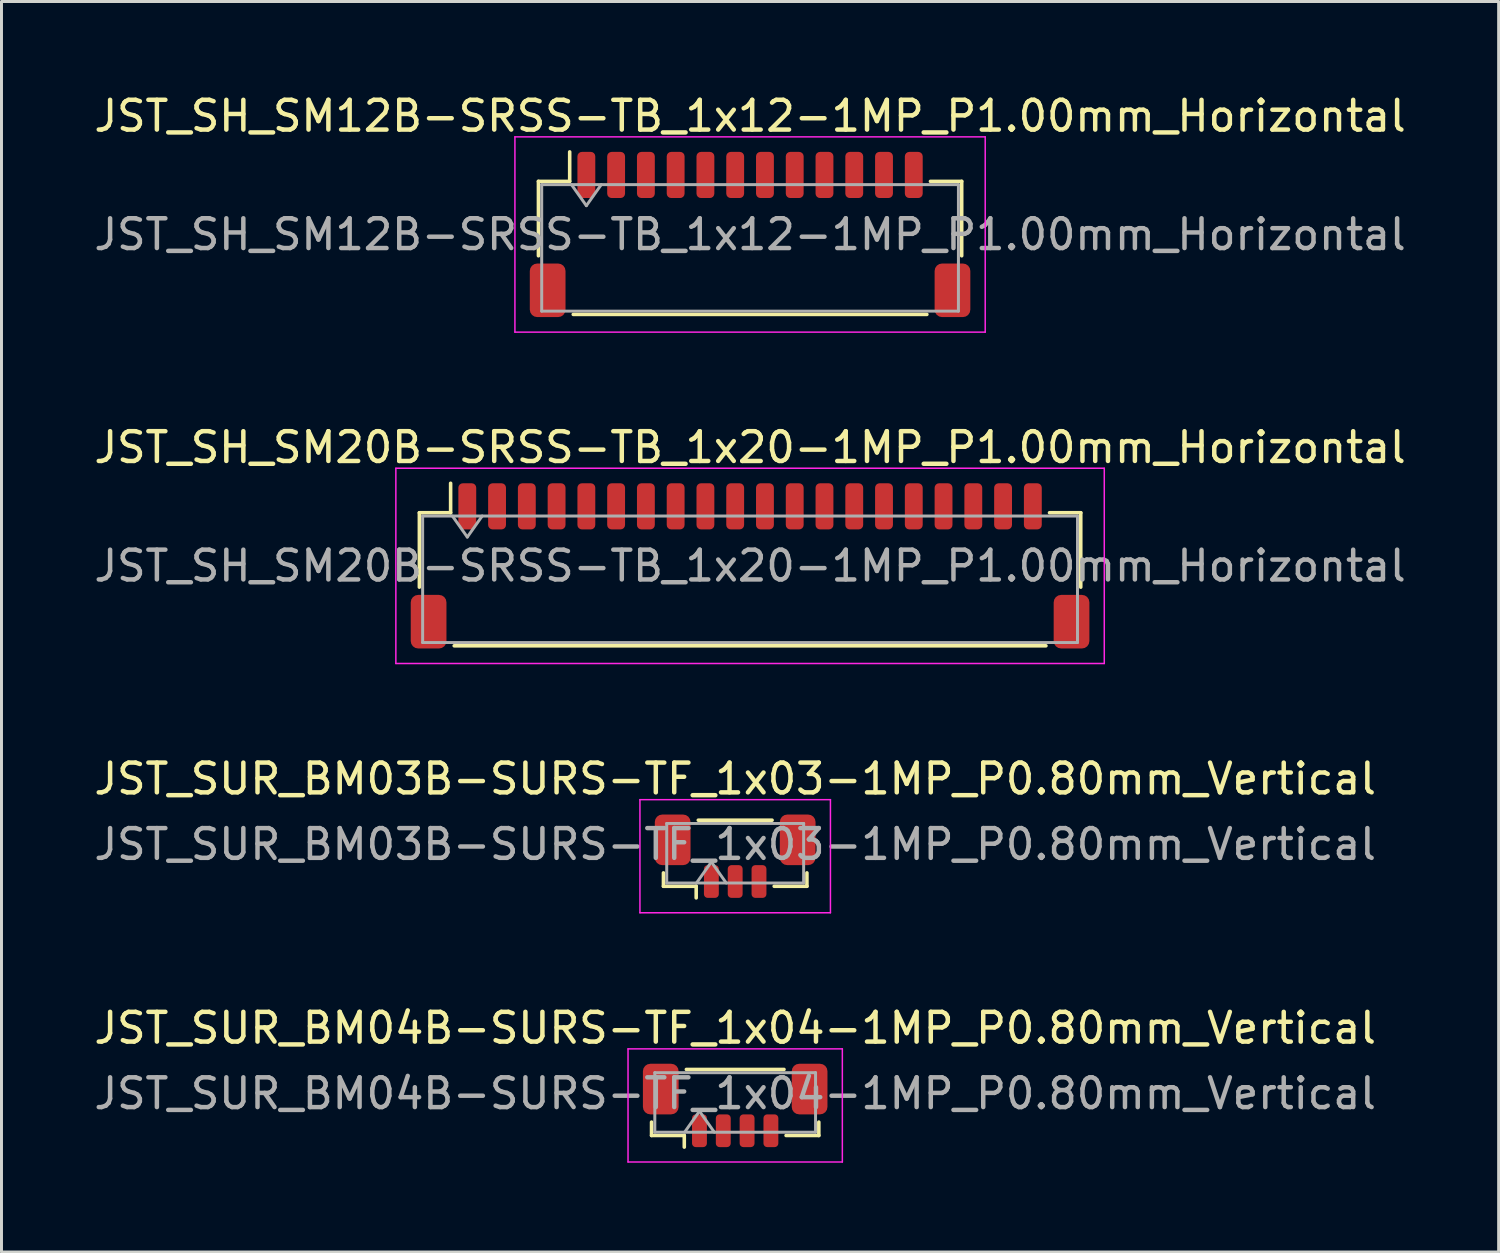
<source format=kicad_pcb>
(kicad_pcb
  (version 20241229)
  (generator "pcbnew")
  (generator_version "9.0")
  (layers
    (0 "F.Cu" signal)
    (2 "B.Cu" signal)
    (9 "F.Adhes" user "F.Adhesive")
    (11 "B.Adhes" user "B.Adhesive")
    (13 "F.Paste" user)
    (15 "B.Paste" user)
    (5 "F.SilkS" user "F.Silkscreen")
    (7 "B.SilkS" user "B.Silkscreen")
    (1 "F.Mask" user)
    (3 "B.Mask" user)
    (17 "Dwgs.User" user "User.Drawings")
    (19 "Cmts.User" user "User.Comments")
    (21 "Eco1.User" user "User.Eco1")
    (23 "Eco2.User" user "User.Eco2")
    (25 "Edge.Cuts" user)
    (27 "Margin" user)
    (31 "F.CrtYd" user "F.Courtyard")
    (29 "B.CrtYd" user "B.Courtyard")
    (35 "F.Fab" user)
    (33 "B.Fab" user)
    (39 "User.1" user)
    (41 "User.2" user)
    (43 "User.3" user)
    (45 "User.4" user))
  (footprint "JST_SH_SM20B-SRSS-TB_1x20-1MP_P1.00mm_Horizontal"
    (layer "F.Cu")
    (at 22.149 15.961)
    (property "Reference" "JST_SH_SM20B-SRSS-TB_1x20-1MP_P1.00mm_Horizontal" (at 0 -3.98 0) (layer "F.SilkS") (effects (font (size 1 1) (thickness 0.15))))
    (attr smd)
    (fp_line (start -11.11 -1.785) (end -10.06 -1.785) (stroke (width 0.12) (type solid)) (layer "F.SilkS"))
    (fp_line (start -11.11 0.715) (end -11.11 -1.785) (stroke (width 0.12) (type solid)) (layer "F.SilkS"))
    (fp_line (start -10.06 -1.785) (end -10.06 -2.775) (stroke (width 0.12) (type solid)) (layer "F.SilkS"))
    (fp_line (start -9.94 2.685) (end 9.94 2.685) (stroke (width 0.12) (type solid)) (layer "F.SilkS"))
    (fp_line (start 11.11 -1.785) (end 10.06 -1.785) (stroke (width 0.12) (type solid)) (layer "F.SilkS"))
    (fp_line (start 11.11 0.715) (end 11.11 -1.785) (stroke (width 0.12) (type solid)) (layer "F.SilkS"))
    (fp_line (start -11.9 -3.28) (end -11.9 3.28) (stroke (width 0.05) (type solid)) (layer "F.CrtYd"))
    (fp_line (start -11.9 3.28) (end 11.9 3.28) (stroke (width 0.05) (type solid)) (layer "F.CrtYd"))
    (fp_line (start 11.9 -3.28) (end -11.9 -3.28) (stroke (width 0.05) (type solid)) (layer "F.CrtYd"))
    (fp_line (start 11.9 3.28) (end 11.9 -3.28) (stroke (width 0.05) (type solid)) (layer "F.CrtYd"))
    (fp_line (start -11 -1.675) (end -11 2.575) (stroke (width 0.1) (type solid)) (layer "F.Fab"))
    (fp_line (start -11 -1.675) (end 11 -1.675) (stroke (width 0.1) (type solid)) (layer "F.Fab"))
    (fp_line (start -11 2.575) (end 11 2.575) (stroke (width 0.1) (type solid)) (layer "F.Fab"))
    (fp_line (start -10 -1.675) (end -9.5 -0.968) (stroke (width 0.1) (type solid)) (layer "F.Fab"))
    (fp_line (start -9.5 -0.968) (end -9 -1.675) (stroke (width 0.1) (type solid)) (layer "F.Fab"))
    (fp_line (start 11 -1.675) (end 11 2.575) (stroke (width 0.1) (type solid)) (layer "F.Fab"))
    (fp_text user "${REFERENCE}" (at 0 0 0) (layer "F.Fab") (effects (font (size 1 1) (thickness 0.15))))
    (pad "1" smd roundrect (at -9.5 -2) (size 0.6 1.55) (layers "F.Cu" "F.Mask" "F.Paste") (roundrect_rratio 0.25))
    (pad "2" smd roundrect (at -8.5 -2) (size 0.6 1.55) (layers "F.Cu" "F.Mask" "F.Paste") (roundrect_rratio 0.25))
    (pad "3" smd roundrect (at -7.5 -2) (size 0.6 1.55) (layers "F.Cu" "F.Mask" "F.Paste") (roundrect_rratio 0.25))
    (pad "4" smd roundrect (at -6.5 -2) (size 0.6 1.55) (layers "F.Cu" "F.Mask" "F.Paste") (roundrect_rratio 0.25))
    (pad "5" smd roundrect (at -5.5 -2) (size 0.6 1.55) (layers "F.Cu" "F.Mask" "F.Paste") (roundrect_rratio 0.25))
    (pad "6" smd roundrect (at -4.5 -2) (size 0.6 1.55) (layers "F.Cu" "F.Mask" "F.Paste") (roundrect_rratio 0.25))
    (pad "7" smd roundrect (at -3.5 -2) (size 0.6 1.55) (layers "F.Cu" "F.Mask" "F.Paste") (roundrect_rratio 0.25))
    (pad "8" smd roundrect (at -2.5 -2) (size 0.6 1.55) (layers "F.Cu" "F.Mask" "F.Paste") (roundrect_rratio 0.25))
    (pad "9" smd roundrect (at -1.5 -2) (size 0.6 1.55) (layers "F.Cu" "F.Mask" "F.Paste") (roundrect_rratio 0.25))
    (pad "10" smd roundrect (at -0.5 -2) (size 0.6 1.55) (layers "F.Cu" "F.Mask" "F.Paste") (roundrect_rratio 0.25))
    (pad "11" smd roundrect (at 0.5 -2) (size 0.6 1.55) (layers "F.Cu" "F.Mask" "F.Paste") (roundrect_rratio 0.25))
    (pad "12" smd roundrect (at 1.5 -2) (size 0.6 1.55) (layers "F.Cu" "F.Mask" "F.Paste") (roundrect_rratio 0.25))
    (pad "13" smd roundrect (at 2.5 -2) (size 0.6 1.55) (layers "F.Cu" "F.Mask" "F.Paste") (roundrect_rratio 0.25))
    (pad "14" smd roundrect (at 3.5 -2) (size 0.6 1.55) (layers "F.Cu" "F.Mask" "F.Paste") (roundrect_rratio 0.25))
    (pad "15" smd roundrect (at 4.5 -2) (size 0.6 1.55) (layers "F.Cu" "F.Mask" "F.Paste") (roundrect_rratio 0.25))
    (pad "16" smd roundrect (at 5.5 -2) (size 0.6 1.55) (layers "F.Cu" "F.Mask" "F.Paste") (roundrect_rratio 0.25))
    (pad "17" smd roundrect (at 6.5 -2) (size 0.6 1.55) (layers "F.Cu" "F.Mask" "F.Paste") (roundrect_rratio 0.25))
    (pad "18" smd roundrect (at 7.5 -2) (size 0.6 1.55) (layers "F.Cu" "F.Mask" "F.Paste") (roundrect_rratio 0.25))
    (pad "19" smd roundrect (at 8.5 -2) (size 0.6 1.55) (layers "F.Cu" "F.Mask" "F.Paste") (roundrect_rratio 0.25))
    (pad "20" smd roundrect (at 9.5 -2) (size 0.6 1.55) (layers "F.Cu" "F.Mask" "F.Paste") (roundrect_rratio 0.25))
    (pad "MP" smd roundrect (at -10.8 1.875) (size 1.2 1.8) (layers "F.Cu" "F.Mask" "F.Paste") (roundrect_rratio 0.208))
    (pad "MP" smd roundrect (at 10.8 1.875) (size 1.2 1.8) (layers "F.Cu" "F.Mask" "F.Paste") (roundrect_rratio 0.208)))
  (footprint "JST_SH_SM12B-SRSS-TB_1x12-1MP_P1.00mm_Horizontal"
    (layer "F.Cu")
    (at 22.149 4.828)
    (property "Reference" "JST_SH_SM12B-SRSS-TB_1x12-1MP_P1.00mm_Horizontal" (at 0 -3.98 0) (layer "F.SilkS") (effects (font (size 1 1) (thickness 0.15))))
    (attr smd)
    (fp_line (start -7.11 -1.785) (end -6.06 -1.785) (stroke (width 0.12) (type solid)) (layer "F.SilkS"))
    (fp_line (start -7.11 0.715) (end -7.11 -1.785) (stroke (width 0.12) (type solid)) (layer "F.SilkS"))
    (fp_line (start -6.06 -1.785) (end -6.06 -2.775) (stroke (width 0.12) (type solid)) (layer "F.SilkS"))
    (fp_line (start -5.94 2.685) (end 5.94 2.685) (stroke (width 0.12) (type solid)) (layer "F.SilkS"))
    (fp_line (start 7.11 -1.785) (end 6.06 -1.785) (stroke (width 0.12) (type solid)) (layer "F.SilkS"))
    (fp_line (start 7.11 0.715) (end 7.11 -1.785) (stroke (width 0.12) (type solid)) (layer "F.SilkS"))
    (fp_line (start -7.9 -3.28) (end -7.9 3.28) (stroke (width 0.05) (type solid)) (layer "F.CrtYd"))
    (fp_line (start -7.9 3.28) (end 7.9 3.28) (stroke (width 0.05) (type solid)) (layer "F.CrtYd"))
    (fp_line (start 7.9 -3.28) (end -7.9 -3.28) (stroke (width 0.05) (type solid)) (layer "F.CrtYd"))
    (fp_line (start 7.9 3.28) (end 7.9 -3.28) (stroke (width 0.05) (type solid)) (layer "F.CrtYd"))
    (fp_line (start -7 -1.675) (end -7 2.575) (stroke (width 0.1) (type solid)) (layer "F.Fab"))
    (fp_line (start -7 -1.675) (end 7 -1.675) (stroke (width 0.1) (type solid)) (layer "F.Fab"))
    (fp_line (start -7 2.575) (end 7 2.575) (stroke (width 0.1) (type solid)) (layer "F.Fab"))
    (fp_line (start -6 -1.675) (end -5.5 -0.968) (stroke (width 0.1) (type solid)) (layer "F.Fab"))
    (fp_line (start -5.5 -0.968) (end -5 -1.675) (stroke (width 0.1) (type solid)) (layer "F.Fab"))
    (fp_line (start 7 -1.675) (end 7 2.575) (stroke (width 0.1) (type solid)) (layer "F.Fab"))
    (fp_text user "${REFERENCE}" (at 0 0 0) (layer "F.Fab") (effects (font (size 1 1) (thickness 0.15))))
    (pad "1" smd roundrect (at -5.5 -2) (size 0.6 1.55) (layers "F.Cu" "F.Mask" "F.Paste") (roundrect_rratio 0.25))
    (pad "2" smd roundrect (at -4.5 -2) (size 0.6 1.55) (layers "F.Cu" "F.Mask" "F.Paste") (roundrect_rratio 0.25))
    (pad "3" smd roundrect (at -3.5 -2) (size 0.6 1.55) (layers "F.Cu" "F.Mask" "F.Paste") (roundrect_rratio 0.25))
    (pad "4" smd roundrect (at -2.5 -2) (size 0.6 1.55) (layers "F.Cu" "F.Mask" "F.Paste") (roundrect_rratio 0.25))
    (pad "5" smd roundrect (at -1.5 -2) (size 0.6 1.55) (layers "F.Cu" "F.Mask" "F.Paste") (roundrect_rratio 0.25))
    (pad "6" smd roundrect (at -0.5 -2) (size 0.6 1.55) (layers "F.Cu" "F.Mask" "F.Paste") (roundrect_rratio 0.25))
    (pad "7" smd roundrect (at 0.5 -2) (size 0.6 1.55) (layers "F.Cu" "F.Mask" "F.Paste") (roundrect_rratio 0.25))
    (pad "8" smd roundrect (at 1.5 -2) (size 0.6 1.55) (layers "F.Cu" "F.Mask" "F.Paste") (roundrect_rratio 0.25))
    (pad "9" smd roundrect (at 2.5 -2) (size 0.6 1.55) (layers "F.Cu" "F.Mask" "F.Paste") (roundrect_rratio 0.25))
    (pad "10" smd roundrect (at 3.5 -2) (size 0.6 1.55) (layers "F.Cu" "F.Mask" "F.Paste") (roundrect_rratio 0.25))
    (pad "11" smd roundrect (at 4.5 -2) (size 0.6 1.55) (layers "F.Cu" "F.Mask" "F.Paste") (roundrect_rratio 0.25))
    (pad "12" smd roundrect (at 5.5 -2) (size 0.6 1.55) (layers "F.Cu" "F.Mask" "F.Paste") (roundrect_rratio 0.25))
    (pad "MP" smd roundrect (at -6.8 1.875) (size 1.2 1.8) (layers "F.Cu" "F.Mask" "F.Paste") (roundrect_rratio 0.208))
    (pad "MP" smd roundrect (at 6.8 1.875) (size 1.2 1.8) (layers "F.Cu" "F.Mask" "F.Paste") (roundrect_rratio 0.208)))
  (footprint "JST_SUR_BM04B-SURS-TF_1x04-1MP_P0.80mm_Vertical"
    (layer "F.Cu")
    (at 21.649 34.088)
    (property "Reference" "JST_SUR_BM04B-SURS-TF_1x04-1MP_P0.80mm_Vertical" (at 0 -2.6 0) (layer "F.SilkS") (effects (font (size 1 1) (thickness 0.15))))
    (attr smd)
    (fp_line (start -2.81 0.56) (end -2.81 1.01) (stroke (width 0.12) (type solid)) (layer "F.SilkS"))
    (fp_line (start -2.81 1.01) (end -1.71 1.01) (stroke (width 0.12) (type solid)) (layer "F.SilkS"))
    (fp_line (start -1.71 1.01) (end -1.71 1.4) (stroke (width 0.12) (type solid)) (layer "F.SilkS"))
    (fp_line (start -1.64 -1.21) (end 1.64 -1.21) (stroke (width 0.12) (type solid)) (layer "F.SilkS"))
    (fp_line (start 2.81 0.56) (end 2.81 1.01) (stroke (width 0.12) (type solid)) (layer "F.SilkS"))
    (fp_line (start 2.81 1.01) (end 1.71 1.01) (stroke (width 0.12) (type solid)) (layer "F.SilkS"))
    (fp_line (start -3.6 -1.9) (end -3.6 1.9) (stroke (width 0.05) (type solid)) (layer "F.CrtYd"))
    (fp_line (start -3.6 1.9) (end 3.6 1.9) (stroke (width 0.05) (type solid)) (layer "F.CrtYd"))
    (fp_line (start 3.6 -1.9) (end -3.6 -1.9) (stroke (width 0.05) (type solid)) (layer "F.CrtYd"))
    (fp_line (start 3.6 1.9) (end 3.6 -1.9) (stroke (width 0.05) (type solid)) (layer "F.CrtYd"))
    (fp_line (start -2.7 -1.1) (end 2.7 -1.1) (stroke (width 0.1) (type solid)) (layer "F.Fab"))
    (fp_line (start -2.7 0.9) (end -2.7 -1.1) (stroke (width 0.1) (type solid)) (layer "F.Fab"))
    (fp_line (start -2.7 0.9) (end 2.7 0.9) (stroke (width 0.1) (type solid)) (layer "F.Fab"))
    (fp_line (start -1.7 0.9) (end -1.2 0.193) (stroke (width 0.1) (type solid)) (layer "F.Fab"))
    (fp_line (start -1.2 0.193) (end -0.7 0.9) (stroke (width 0.1) (type solid)) (layer "F.Fab"))
    (fp_line (start 2.7 0.9) (end 2.7 -1.1) (stroke (width 0.1) (type solid)) (layer "F.Fab"))
    (fp_text user "${REFERENCE}" (at 0 -0.4 0) (layer "F.Fab") (effects (font (size 1 1) (thickness 0.15))))
    (pad "1" smd roundrect (at -1.2 0.85) (size 0.5 1.1) (layers "F.Cu" "F.Mask" "F.Paste") (roundrect_rratio 0.25))
    (pad "2" smd roundrect (at -0.4 0.85) (size 0.5 1.1) (layers "F.Cu" "F.Mask" "F.Paste") (roundrect_rratio 0.25))
    (pad "3" smd roundrect (at 0.4 0.85) (size 0.5 1.1) (layers "F.Cu" "F.Mask" "F.Paste") (roundrect_rratio 0.25))
    (pad "4" smd roundrect (at 1.2 0.85) (size 0.5 1.1) (layers "F.Cu" "F.Mask" "F.Paste") (roundrect_rratio 0.25))
    (pad "MP" smd roundrect (at -2.5 -0.55) (size 1.2 1.7) (layers "F.Cu" "F.Mask" "F.Paste") (roundrect_rratio 0.208))
    (pad "MP" smd roundrect (at 2.5 -0.55) (size 1.2 1.7) (layers "F.Cu" "F.Mask" "F.Paste") (roundrect_rratio 0.208)))
  (footprint "JST_SUR_BM03B-SURS-TF_1x03-1MP_P0.80mm_Vertical"
    (layer "F.Cu")
    (at 21.649 25.715)
    (property "Reference" "JST_SUR_BM03B-SURS-TF_1x03-1MP_P0.80mm_Vertical" (at 0 -2.6 0) (layer "F.SilkS") (effects (font (size 1 1) (thickness 0.15))))
    (attr smd)
    (fp_line (start -2.41 0.56) (end -2.41 1.01) (stroke (width 0.12) (type solid)) (layer "F.SilkS"))
    (fp_line (start -2.41 1.01) (end -1.31 1.01) (stroke (width 0.12) (type solid)) (layer "F.SilkS"))
    (fp_line (start -1.31 1.01) (end -1.31 1.4) (stroke (width 0.12) (type solid)) (layer "F.SilkS"))
    (fp_line (start -1.24 -1.21) (end 1.24 -1.21) (stroke (width 0.12) (type solid)) (layer "F.SilkS"))
    (fp_line (start 2.41 0.56) (end 2.41 1.01) (stroke (width 0.12) (type solid)) (layer "F.SilkS"))
    (fp_line (start 2.41 1.01) (end 1.31 1.01) (stroke (width 0.12) (type solid)) (layer "F.SilkS"))
    (fp_line (start -3.2 -1.9) (end -3.2 1.9) (stroke (width 0.05) (type solid)) (layer "F.CrtYd"))
    (fp_line (start -3.2 1.9) (end 3.2 1.9) (stroke (width 0.05) (type solid)) (layer "F.CrtYd"))
    (fp_line (start 3.2 -1.9) (end -3.2 -1.9) (stroke (width 0.05) (type solid)) (layer "F.CrtYd"))
    (fp_line (start 3.2 1.9) (end 3.2 -1.9) (stroke (width 0.05) (type solid)) (layer "F.CrtYd"))
    (fp_line (start -2.3 -1.1) (end 2.3 -1.1) (stroke (width 0.1) (type solid)) (layer "F.Fab"))
    (fp_line (start -2.3 0.9) (end -2.3 -1.1) (stroke (width 0.1) (type solid)) (layer "F.Fab"))
    (fp_line (start -2.3 0.9) (end 2.3 0.9) (stroke (width 0.1) (type solid)) (layer "F.Fab"))
    (fp_line (start -1.3 0.9) (end -0.8 0.193) (stroke (width 0.1) (type solid)) (layer "F.Fab"))
    (fp_line (start -0.8 0.193) (end -0.3 0.9) (stroke (width 0.1) (type solid)) (layer "F.Fab"))
    (fp_line (start 2.3 0.9) (end 2.3 -1.1) (stroke (width 0.1) (type solid)) (layer "F.Fab"))
    (fp_text user "${REFERENCE}" (at 0 -0.4 0) (layer "F.Fab") (effects (font (size 1 1) (thickness 0.15))))
    (pad "1" smd roundrect (at -0.8 0.85) (size 0.5 1.1) (layers "F.Cu" "F.Mask" "F.Paste") (roundrect_rratio 0.25))
    (pad "2" smd roundrect (at 0 0.85) (size 0.5 1.1) (layers "F.Cu" "F.Mask" "F.Paste") (roundrect_rratio 0.25))
    (pad "3" smd roundrect (at 0.8 0.85) (size 0.5 1.1) (layers "F.Cu" "F.Mask" "F.Paste") (roundrect_rratio 0.25))
    (pad "MP" smd roundrect (at -2.1 -0.55) (size 1.2 1.7) (layers "F.Cu" "F.Mask" "F.Paste") (roundrect_rratio 0.208))
    (pad "MP" smd roundrect (at 2.1 -0.55) (size 1.2 1.7) (layers "F.Cu" "F.Mask" "F.Paste") (roundrect_rratio 0.208)))
  (gr_rect
    (start -3 -3)
    (end 47.298 39.013)
    (stroke (width 0.1) (type default))
    (fill no)
    (layer "Edge.Cuts")))
</source>
